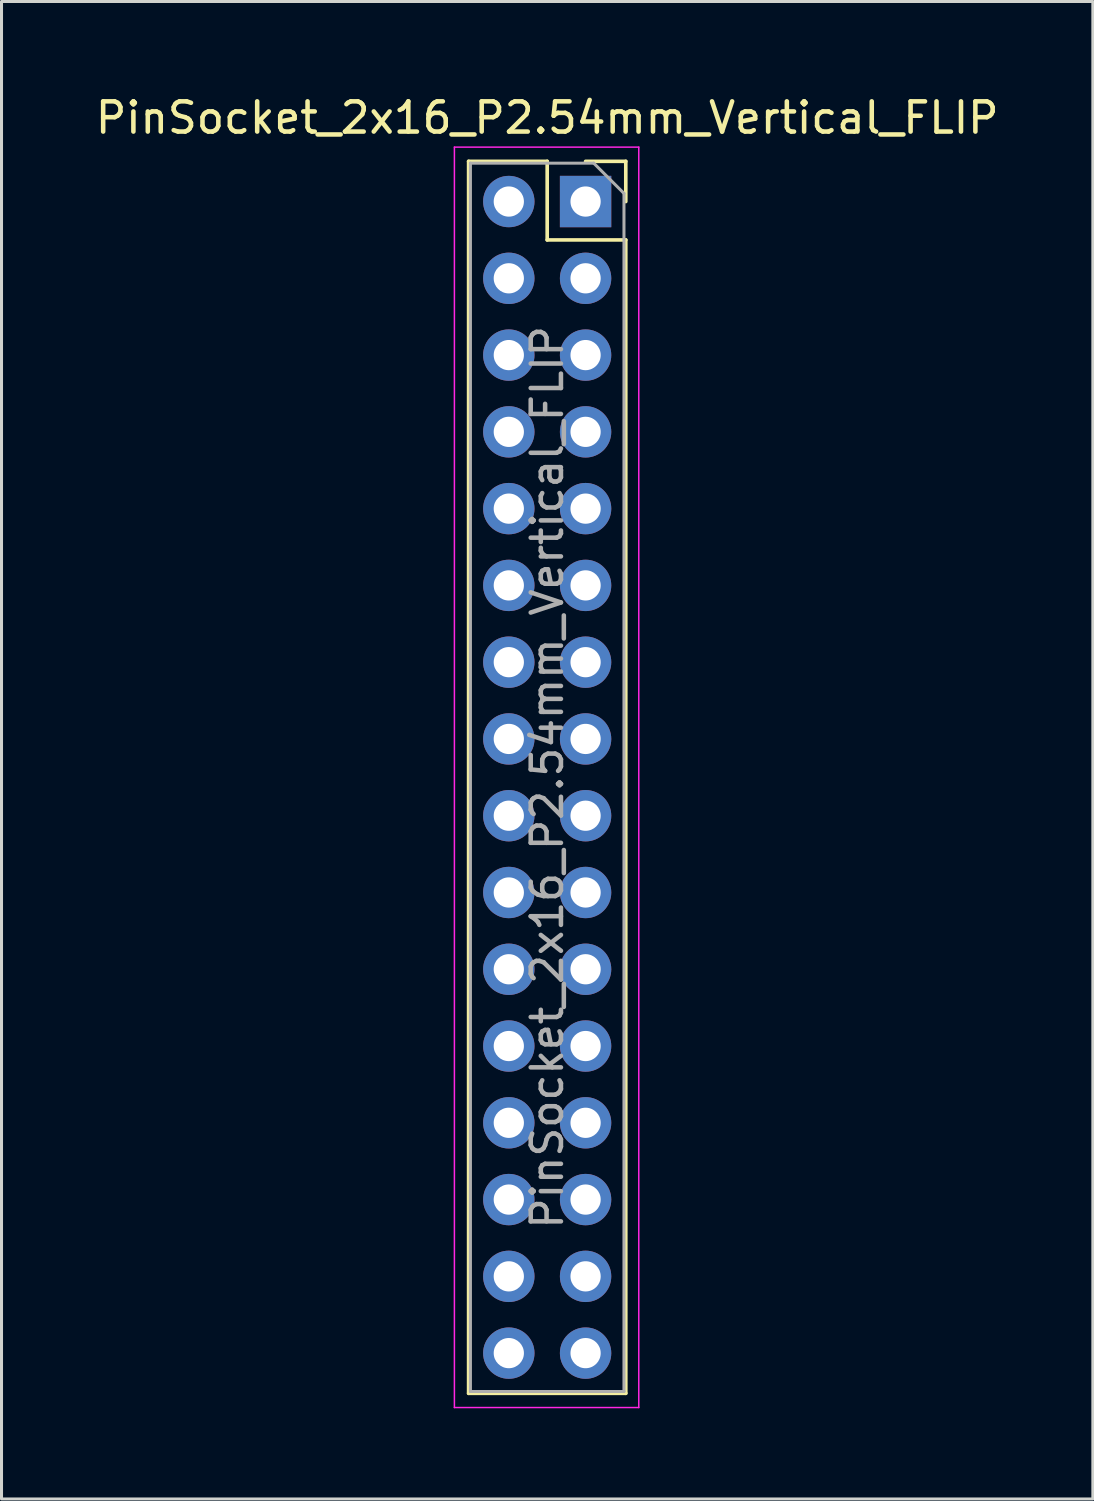
<source format=kicad_pcb>
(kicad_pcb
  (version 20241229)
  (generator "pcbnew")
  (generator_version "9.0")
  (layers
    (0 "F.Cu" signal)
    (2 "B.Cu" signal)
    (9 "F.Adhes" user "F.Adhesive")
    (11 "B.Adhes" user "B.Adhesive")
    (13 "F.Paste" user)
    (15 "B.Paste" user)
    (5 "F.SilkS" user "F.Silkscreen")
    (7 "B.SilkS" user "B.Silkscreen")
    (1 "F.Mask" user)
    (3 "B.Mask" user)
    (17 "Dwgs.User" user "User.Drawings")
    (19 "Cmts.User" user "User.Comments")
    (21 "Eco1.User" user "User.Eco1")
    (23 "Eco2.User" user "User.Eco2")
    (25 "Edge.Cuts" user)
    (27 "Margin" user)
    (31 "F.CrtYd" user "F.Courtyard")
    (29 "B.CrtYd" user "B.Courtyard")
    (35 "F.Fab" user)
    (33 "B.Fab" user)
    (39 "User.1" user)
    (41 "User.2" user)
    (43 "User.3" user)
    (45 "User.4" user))
  (footprint "PinSocket_2x16_P2.54mm_Vertical_FLIP"
    (layer "F.Cu")
    (at 16.324 3.618)
    (property "Reference" "PinSocket_2x16_P2.54mm_Vertical_FLIP" (at -1.27 -2.77 0) (layer "F.SilkS") (effects (font (size 1 1) (thickness 0.15))))
    (attr through_hole)
    (fp_line (start -3.87 -1.33) (end -3.87 39.43) (stroke (width 0.12) (type solid)) (layer "F.SilkS"))
    (fp_line (start -3.87 -1.33) (end -1.27 -1.33) (stroke (width 0.12) (type solid)) (layer "F.SilkS"))
    (fp_line (start -3.87 39.43) (end 1.33 39.43) (stroke (width 0.12) (type solid)) (layer "F.SilkS"))
    (fp_line (start -1.27 -1.33) (end -1.27 1.27) (stroke (width 0.12) (type solid)) (layer "F.SilkS"))
    (fp_line (start -1.27 1.27) (end 1.33 1.27) (stroke (width 0.12) (type solid)) (layer "F.SilkS"))
    (fp_line (start 0 -1.33) (end 1.33 -1.33) (stroke (width 0.12) (type solid)) (layer "F.SilkS"))
    (fp_line (start 1.33 -1.33) (end 1.33 0) (stroke (width 0.12) (type solid)) (layer "F.SilkS"))
    (fp_line (start 1.33 1.27) (end 1.33 39.43) (stroke (width 0.12) (type solid)) (layer "F.SilkS"))
    (fp_line (start -4.34 -1.8) (end 1.76 -1.8) (stroke (width 0.05) (type solid)) (layer "F.CrtYd"))
    (fp_line (start -4.34 39.9) (end -4.34 -1.8) (stroke (width 0.05) (type solid)) (layer "F.CrtYd"))
    (fp_line (start 1.76 -1.8) (end 1.76 39.9) (stroke (width 0.05) (type solid)) (layer "F.CrtYd"))
    (fp_line (start 1.76 39.9) (end -4.34 39.9) (stroke (width 0.05) (type solid)) (layer "F.CrtYd"))
    (fp_line (start -3.81 -1.27) (end 0.27 -1.27) (stroke (width 0.1) (type solid)) (layer "F.Fab"))
    (fp_line (start -3.81 39.37) (end -3.81 -1.27) (stroke (width 0.1) (type solid)) (layer "F.Fab"))
    (fp_line (start 0.27 -1.27) (end 1.27 -0.27) (stroke (width 0.1) (type solid)) (layer "F.Fab"))
    (fp_line (start 1.27 -0.27) (end 1.27 39.37) (stroke (width 0.1) (type solid)) (layer "F.Fab"))
    (fp_line (start 1.27 39.37) (end -3.81 39.37) (stroke (width 0.1) (type solid)) (layer "F.Fab"))
    (fp_text user "${REFERENCE}" (at -1.27 19.05 90) (layer "F.Fab") (effects (font (size 1 1) (thickness 0.15))))
    (pad "1" thru_hole rect (at 0 0) (size 1.7 1.7) (drill 1) (layers "*.Cu" "*.Mask"))
    (pad "2" thru_hole oval (at -2.54 0) (size 1.7 1.7) (drill 1) (layers "*.Cu" "*.Mask"))
    (pad "3" thru_hole oval (at 0 2.54) (size 1.7 1.7) (drill 1) (layers "*.Cu" "*.Mask"))
    (pad "4" thru_hole oval (at -2.54 2.54) (size 1.7 1.7) (drill 1) (layers "*.Cu" "*.Mask"))
    (pad "5" thru_hole oval (at 0 5.08) (size 1.7 1.7) (drill 1) (layers "*.Cu" "*.Mask"))
    (pad "6" thru_hole oval (at -2.54 5.08) (size 1.7 1.7) (drill 1) (layers "*.Cu" "*.Mask"))
    (pad "7" thru_hole oval (at 0 7.62) (size 1.7 1.7) (drill 1) (layers "*.Cu" "*.Mask"))
    (pad "8" thru_hole oval (at -2.54 7.62) (size 1.7 1.7) (drill 1) (layers "*.Cu" "*.Mask"))
    (pad "9" thru_hole oval (at 0 10.16) (size 1.7 1.7) (drill 1) (layers "*.Cu" "*.Mask"))
    (pad "10" thru_hole oval (at -2.54 10.16) (size 1.7 1.7) (drill 1) (layers "*.Cu" "*.Mask"))
    (pad "11" thru_hole oval (at 0 12.7) (size 1.7 1.7) (drill 1) (layers "*.Cu" "*.Mask"))
    (pad "12" thru_hole oval (at -2.54 12.7) (size 1.7 1.7) (drill 1) (layers "*.Cu" "*.Mask"))
    (pad "13" thru_hole oval (at 0 15.24) (size 1.7 1.7) (drill 1) (layers "*.Cu" "*.Mask"))
    (pad "14" thru_hole oval (at -2.54 15.24) (size 1.7 1.7) (drill 1) (layers "*.Cu" "*.Mask"))
    (pad "15" thru_hole oval (at 0 17.78) (size 1.7 1.7) (drill 1) (layers "*.Cu" "*.Mask"))
    (pad "16" thru_hole oval (at -2.54 17.78) (size 1.7 1.7) (drill 1) (layers "*.Cu" "*.Mask"))
    (pad "17" thru_hole oval (at 0 20.32) (size 1.7 1.7) (drill 1) (layers "*.Cu" "*.Mask"))
    (pad "18" thru_hole oval (at -2.54 20.32) (size 1.7 1.7) (drill 1) (layers "*.Cu" "*.Mask"))
    (pad "19" thru_hole oval (at 0 22.86) (size 1.7 1.7) (drill 1) (layers "*.Cu" "*.Mask"))
    (pad "20" thru_hole oval (at -2.54 22.86) (size 1.7 1.7) (drill 1) (layers "*.Cu" "*.Mask"))
    (pad "21" thru_hole oval (at 0 25.4) (size 1.7 1.7) (drill 1) (layers "*.Cu" "*.Mask"))
    (pad "22" thru_hole oval (at -2.54 25.4) (size 1.7 1.7) (drill 1) (layers "*.Cu" "*.Mask"))
    (pad "23" thru_hole oval (at 0 27.94) (size 1.7 1.7) (drill 1) (layers "*.Cu" "*.Mask"))
    (pad "24" thru_hole oval (at -2.54 27.94) (size 1.7 1.7) (drill 1) (layers "*.Cu" "*.Mask"))
    (pad "25" thru_hole oval (at 0 30.48) (size 1.7 1.7) (drill 1) (layers "*.Cu" "*.Mask"))
    (pad "26" thru_hole oval (at -2.54 30.48) (size 1.7 1.7) (drill 1) (layers "*.Cu" "*.Mask"))
    (pad "27" thru_hole oval (at 0 33.02) (size 1.7 1.7) (drill 1) (layers "*.Cu" "*.Mask"))
    (pad "28" thru_hole oval (at -2.54 33.02) (size 1.7 1.7) (drill 1) (layers "*.Cu" "*.Mask"))
    (pad "29" thru_hole oval (at 0 35.56) (size 1.7 1.7) (drill 1) (layers "*.Cu" "*.Mask"))
    (pad "30" thru_hole oval (at -2.54 35.56) (size 1.7 1.7) (drill 1) (layers "*.Cu" "*.Mask"))
    (pad "31" thru_hole oval (at 0 38.1) (size 1.7 1.7) (drill 1) (layers "*.Cu" "*.Mask"))
    (pad "32" thru_hole oval (at -2.54 38.1) (size 1.7 1.7) (drill 1) (layers "*.Cu" "*.Mask")))
  (gr_rect
    (start -3 -3)
    (end 33.107 46.543)
    (stroke (width 0.1) (type default))
    (fill no)
    (layer "Edge.Cuts")))
</source>
